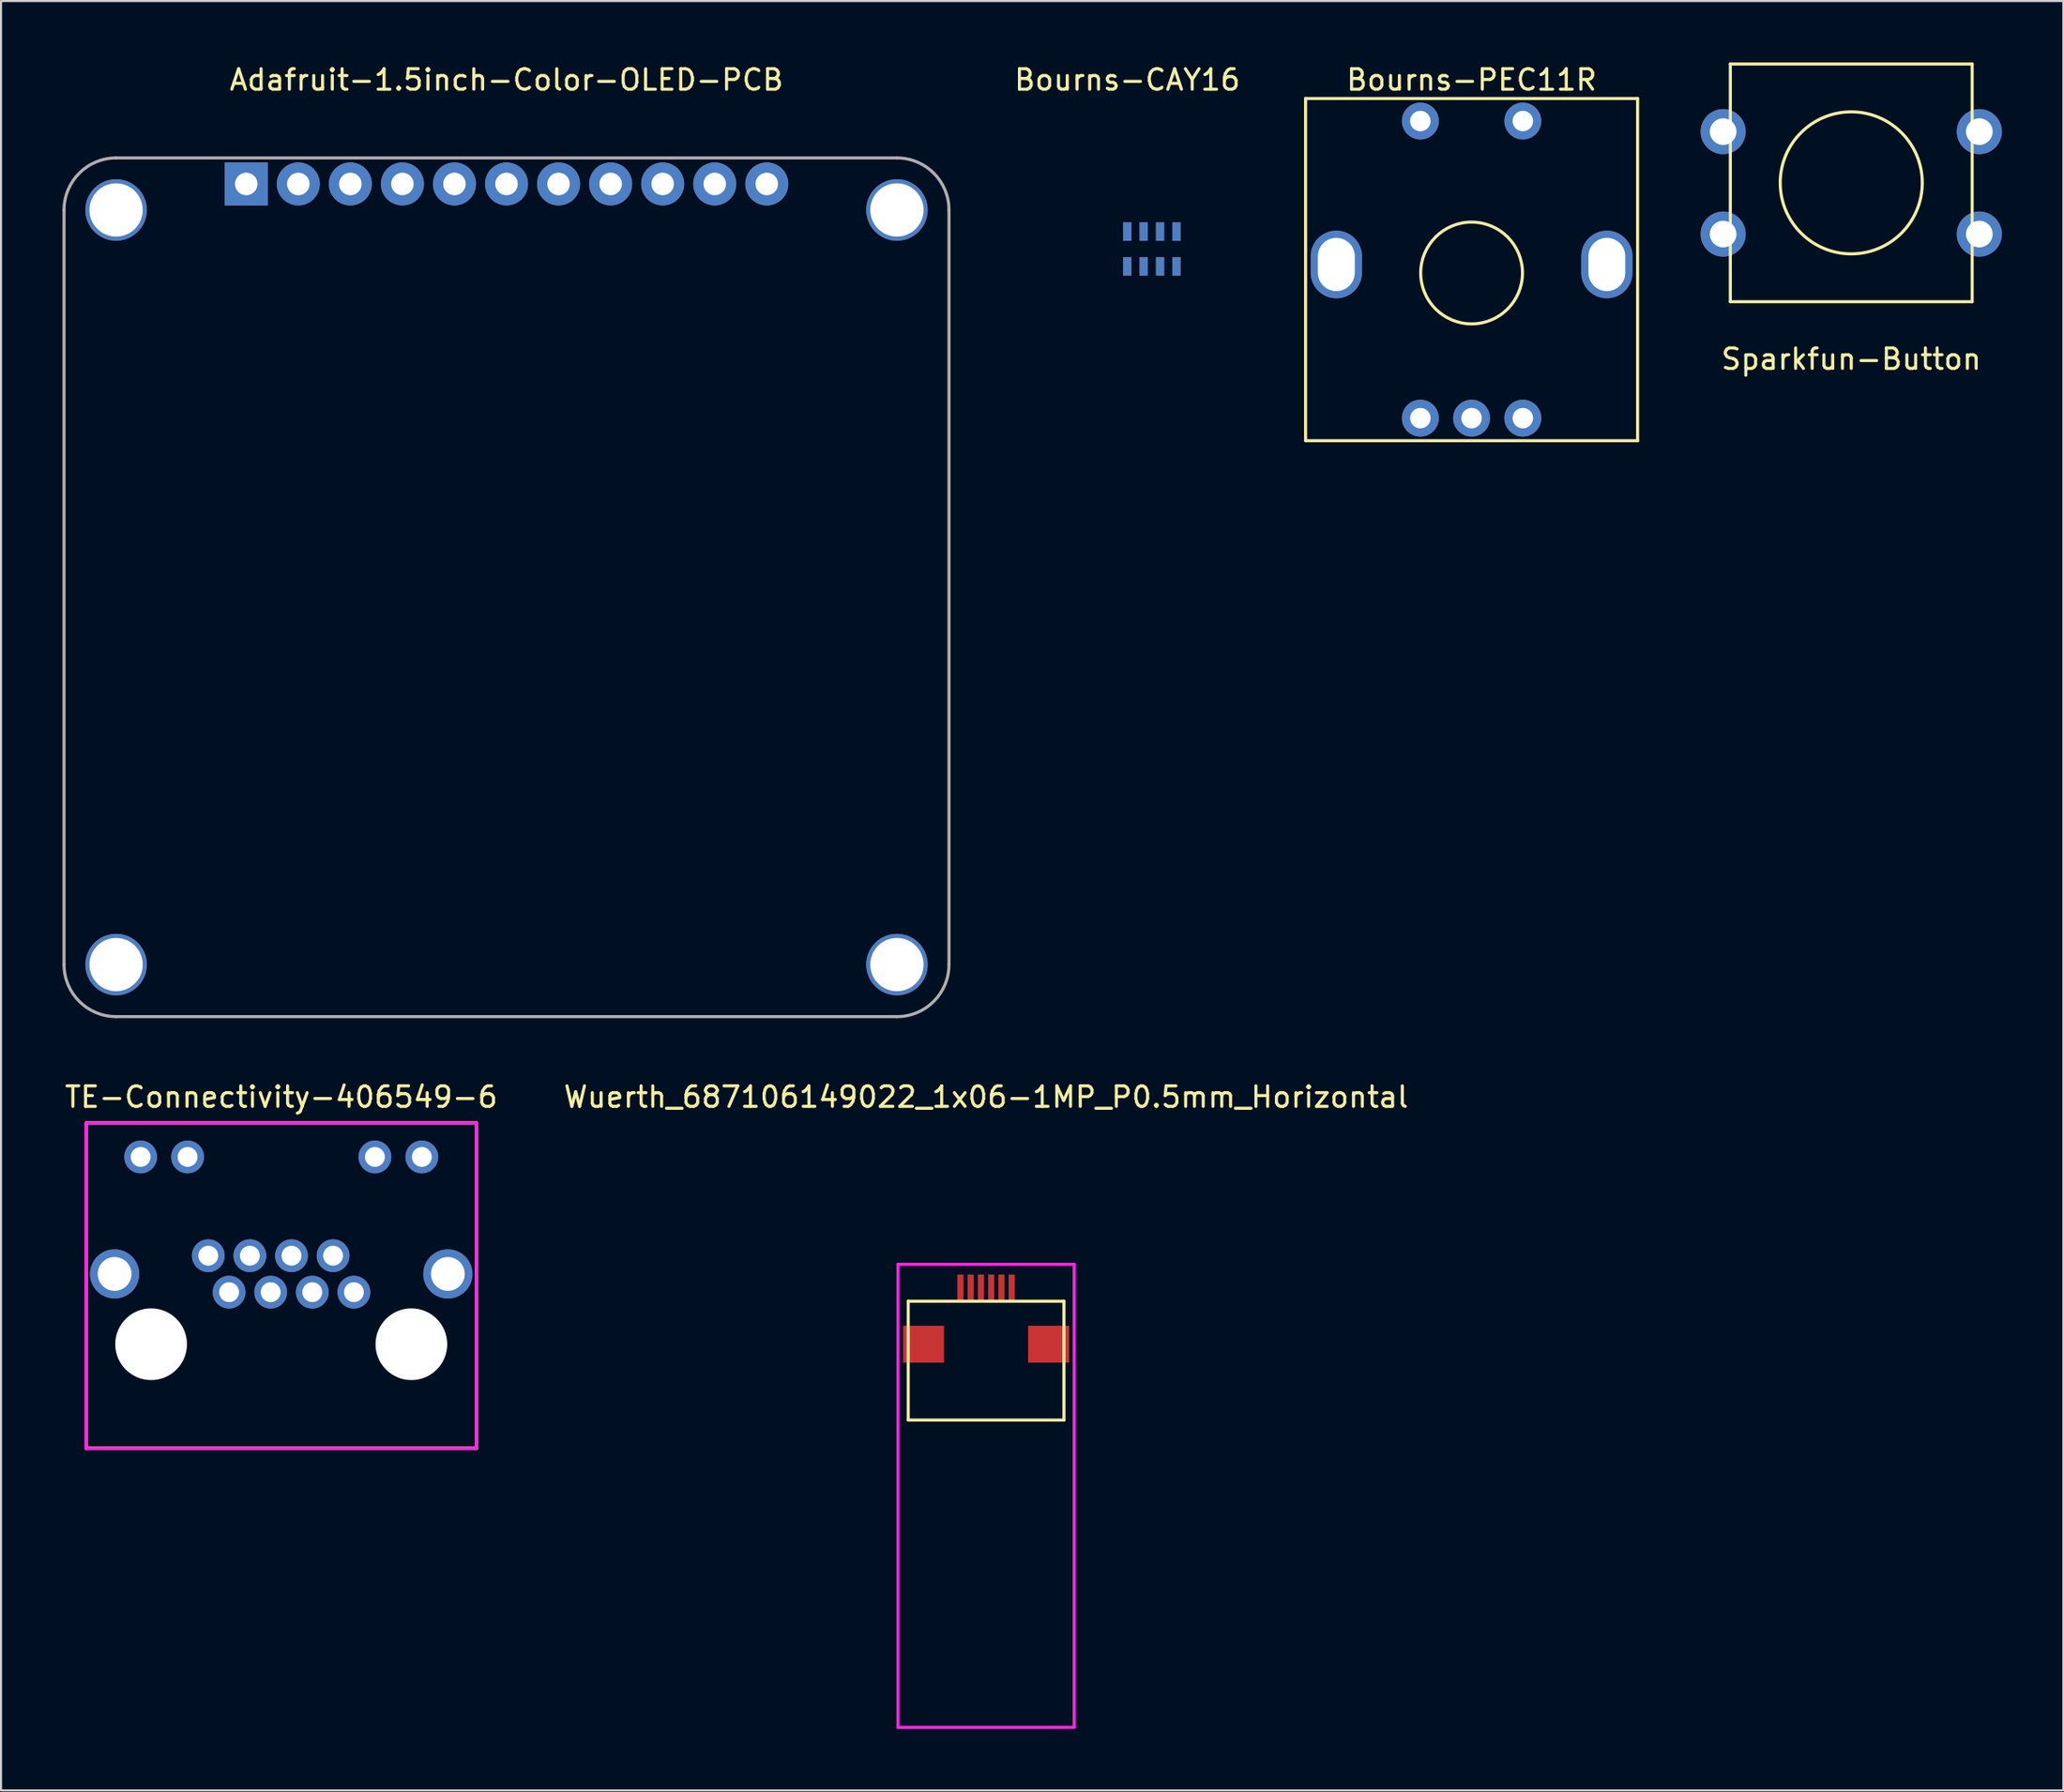
<source format=kicad_pcb>
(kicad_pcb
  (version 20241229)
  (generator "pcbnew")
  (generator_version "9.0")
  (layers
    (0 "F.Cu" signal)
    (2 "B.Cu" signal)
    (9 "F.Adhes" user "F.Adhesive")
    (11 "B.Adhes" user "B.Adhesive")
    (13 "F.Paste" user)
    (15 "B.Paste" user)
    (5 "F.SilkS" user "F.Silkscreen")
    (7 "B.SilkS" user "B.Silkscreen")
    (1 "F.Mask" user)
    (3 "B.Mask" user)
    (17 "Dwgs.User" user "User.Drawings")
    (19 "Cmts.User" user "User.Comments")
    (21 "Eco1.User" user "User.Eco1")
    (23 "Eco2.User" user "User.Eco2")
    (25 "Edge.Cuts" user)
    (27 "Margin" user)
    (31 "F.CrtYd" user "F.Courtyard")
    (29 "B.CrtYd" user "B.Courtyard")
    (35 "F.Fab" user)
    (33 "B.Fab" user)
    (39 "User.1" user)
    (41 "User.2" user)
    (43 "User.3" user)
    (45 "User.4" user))
  (footprint "Adafruit-1.5inch-Color-OLED-PCB"
    (layer "F.Cu")
    (at 21.665 26.248)
    (property "Reference" "Adafruit-1.5inch-Color-OLED-PCB" (at 0 -25.4 0) (layer "F.SilkS") (effects (font (size 1 1) (thickness 0.15))))
    (attr through_hole)
    (fp_line (start -21.59 17.78) (end -21.59 -19.05) (stroke (width 0.15) (type solid)) (layer "F.Fab"))
    (fp_line (start -19.05 -21.59) (end 19.05 -21.59) (stroke (width 0.15) (type solid)) (layer "F.Fab"))
    (fp_line (start 19.05 20.32) (end -19.05 20.32) (stroke (width 0.15) (type solid)) (layer "F.Fab"))
    (fp_line (start 21.59 -19.05) (end 21.59 17.78) (stroke (width 0.15) (type solid)) (layer "F.Fab"))
    (fp_arc (start -21.59 -19.05) (mid -20.846051 -20.846051) (end -19.05 -21.59) (stroke (width 0.15) (type solid)) (layer "F.Fab"))
    (fp_arc (start -19.05 20.32) (mid -20.846051 19.576051) (end -21.59 17.78) (stroke (width 0.15) (type solid)) (layer "F.Fab"))
    (fp_arc (start 19.05 -21.59) (mid 20.846051 -20.846051) (end 21.59 -19.05) (stroke (width 0.15) (type solid)) (layer "F.Fab"))
    (fp_arc (start 21.59 17.78) (mid 20.846051 19.576051) (end 19.05 20.32) (stroke (width 0.15) (type solid)) (layer "F.Fab"))
    (pad "1" thru_hole rect (at -12.7 -20.32) (size 2.1 2.1) (drill 1.1) (layers "*.Cu" "*.Mask"))
    (pad "2" thru_hole circle (at -10.16 -20.32) (size 2.1 2.1) (drill 1.1) (layers "*.Cu" "*.Mask"))
    (pad "3" thru_hole circle (at -7.62 -20.32) (size 2.1 2.1) (drill 1.1) (layers "*.Cu" "*.Mask"))
    (pad "4" thru_hole circle (at -5.08 -20.32) (size 2.1 2.1) (drill 1.1) (layers "*.Cu" "*.Mask"))
    (pad "5" thru_hole circle (at -2.54 -20.32) (size 2.1 2.1) (drill 1.1) (layers "*.Cu" "*.Mask"))
    (pad "6" thru_hole circle (at 0 -20.32) (size 2.1 2.1) (drill 1.1) (layers "*.Cu" "*.Mask"))
    (pad "7" thru_hole circle (at 2.54 -20.32) (size 2.1 2.1) (drill 1.1) (layers "*.Cu" "*.Mask"))
    (pad "8" thru_hole circle (at 5.08 -20.32) (size 2.1 2.1) (drill 1.1) (layers "*.Cu" "*.Mask"))
    (pad "9" thru_hole circle (at 7.62 -20.32) (size 2.1 2.1) (drill 1.1) (layers "*.Cu" "*.Mask"))
    (pad "10" thru_hole circle (at 10.16 -20.32) (size 2.1 2.1) (drill 1.1) (layers "*.Cu" "*.Mask"))
    (pad "11" thru_hole circle (at 12.7 -20.32) (size 2.1 2.1) (drill 1.1) (layers "*.Cu" "*.Mask"))
    (pad "M1" thru_hole circle (at -19.05 -19.05) (size 3 3) (drill 2.6) (layers "*.Cu" "*.Mask"))
    (pad "M2" thru_hole circle (at 19.05 -19.05) (size 3 3) (drill 2.6) (layers "*.Cu" "*.Mask"))
    (pad "M3" thru_hole circle (at 19.05 17.78) (size 3 3) (drill 2.6) (layers "*.Cu" "*.Mask"))
    (pad "M4" thru_hole circle (at -19.05 17.78) (size 3 3) (drill 2.6) (layers "*.Cu" "*.Mask")))
  (footprint "Bourns-CAY16"
    (layer "F.Cu")
    (at 51.955 9.103)
    (property "Reference" "Bourns-CAY16" (at 0 -8.255 0) (layer "F.SilkS") (effects (font (size 1 1) (thickness 0.15))))
    (attr through_hole)
    (pad "1" thru_hole rect (at 0 0.85) (size 0.4 0.9) (layers "*.Cu" "*.Mask"))
    (pad "2" thru_hole rect (at 0.8 0.85) (size 0.4 0.9) (layers "*.Cu" "*.Mask"))
    (pad "3" thru_hole rect (at 1.6 0.85) (size 0.4 0.9) (layers "*.Cu" "*.Mask"))
    (pad "4" thru_hole rect (at 2.4 0.85) (size 0.4 0.9) (layers "*.Cu" "*.Mask"))
    (pad "5" thru_hole rect (at 2.4 -0.85) (size 0.4 0.9) (layers "*.Cu" "*.Mask"))
    (pad "6" thru_hole rect (at 1.6 -0.85) (size 0.4 0.9) (layers "*.Cu" "*.Mask"))
    (pad "7" thru_hole rect (at 0.8 -0.85) (size 0.4 0.9) (layers "*.Cu" "*.Mask"))
    (pad "8" thru_hole rect (at 0 -0.85) (size 0.4 0.9) (layers "*.Cu" "*.Mask")))
  (footprint "Wuerth_687106149022_1x06-1MP_P0.5mm_Horizontal"
    (layer "F.Cu")
    (at 45.065 62.556)
    (property "Reference" "Wuerth_687106149022_1x06-1MP_P0.5mm_Horizontal" (at 0 -12.065 0) (layer "F.SilkS") (effects (font (size 1 1) (thickness 0.15))))
    (attr through_hole)
    (fp_line (start -3.8 -2.1) (end 3.8 -2.1) (stroke (width 0.15) (type solid)) (layer "F.SilkS"))
    (fp_line (start -3.8 3.7) (end -3.8 -2.1) (stroke (width 0.15) (type solid)) (layer "F.SilkS"))
    (fp_line (start 3.8 -2.1) (end 3.8 3.7) (stroke (width 0.15) (type solid)) (layer "F.SilkS"))
    (fp_line (start 3.8 3.7) (end -3.8 3.7) (stroke (width 0.15) (type solid)) (layer "F.SilkS"))
    (fp_line (start -4.3 -3.9) (end 4.3 -3.9) (stroke (width 0.15) (type solid)) (layer "F.CrtYd"))
    (fp_line (start -4.3 18.7) (end -4.3 -3.9) (stroke (width 0.15) (type solid)) (layer "F.CrtYd"))
    (fp_line (start 4.3 -3.9) (end 4.3 18.7) (stroke (width 0.15) (type solid)) (layer "F.CrtYd"))
    (fp_line (start 4.3 18.7) (end -4.3 18.7) (stroke (width 0.15) (type solid)) (layer "F.CrtYd"))
    (pad "1" smd rect (at -1.25 -2.75) (size 0.3 1.3) (layers "F.Cu" "F.Mask"))
    (pad "2" smd rect (at -0.75 -2.75) (size 0.3 1.3) (layers "F.Cu" "F.Mask"))
    (pad "3" smd rect (at -0.25 -2.75) (size 0.3 1.3) (layers "F.Cu" "F.Mask"))
    (pad "4" smd rect (at 0.25 -2.75) (size 0.3 1.3) (layers "F.Cu" "F.Mask"))
    (pad "5" smd rect (at 0.75 -2.75) (size 0.3 1.3) (layers "F.Cu" "F.Mask"))
    (pad "6" smd rect (at 1.25 -2.75) (size 0.3 1.3) (layers "F.Cu" "F.Mask"))
    (pad "MP" smd rect (at -3.05 0) (size 2 1.8) (layers "F.Cu" "F.Mask"))
    (pad "MP" smd rect (at 3.05 0) (size 2 1.8) (layers "F.Cu" "F.Mask")))
  (footprint "Sparkfun-Button"
    (layer "F.Cu")
    (at 87.28 5.875)
    (property "Reference" "Sparkfun-Button" (at 0 8.6 0) (layer "F.SilkS") (effects (font (size 1 1) (thickness 0.15))))
    (attr through_hole)
    (fp_line (start -5.9 -5.8) (end -5.9 5.8) (stroke (width 0.15) (type solid)) (layer "F.SilkS"))
    (fp_line (start -5.9 5.8) (end 5.9 5.8) (stroke (width 0.15) (type solid)) (layer "F.SilkS"))
    (fp_line (start 5.9 -5.8) (end -5.9 -5.8) (stroke (width 0.15) (type solid)) (layer "F.SilkS"))
    (fp_line (start 5.9 5.8) (end 5.9 -5.8) (stroke (width 0.15) (type solid)) (layer "F.SilkS"))
    (fp_circle (center 0 0) (end 2.5 2.4) (stroke (width 0.15) (type solid)) (fill no) (layer "F.SilkS"))
    (pad "1" thru_hole circle (at -6.25 2.5) (size 2.2 2.2) (drill 1.3) (layers "*.Cu" "*.Mask"))
    (pad "2" thru_hole circle (at 6.25 2.5) (size 2.2 2.2) (drill 1.3) (layers "*.Cu" "*.Mask"))
    (pad "3" thru_hole circle (at 6.25 -2.5) (size 2.2 2.2) (drill 1.3) (layers "*.Cu" "*.Mask"))
    (pad "4" thru_hole circle (at -6.25 -2.5) (size 2.2 2.2) (drill 1.3) (layers "*.Cu" "*.Mask")))
  (footprint "TE-Connectivity-406549-6"
    (layer "F.Cu")
    (at 10.673 62.556)
    (property "Reference" "TE-Connectivity-406549-6" (at 0 -12.065 0) (layer "F.SilkS") (effects (font (size 1 1) (thickness 0.15))))
    (attr through_hole)
    (fp_line (start -9.525 -10.795) (end -9.525 5.08) (stroke (width 0.15) (type solid)) (layer "F.SilkS"))
    (fp_line (start -9.525 5.08) (end 9.525 5.08) (stroke (width 0.15) (type solid)) (layer "F.SilkS"))
    (fp_line (start 9.525 -10.795) (end -9.525 -10.795) (stroke (width 0.15) (type solid)) (layer "F.SilkS"))
    (fp_line (start 9.525 5.08) (end 9.525 -10.795) (stroke (width 0.15) (type solid)) (layer "F.SilkS"))
    (fp_line (start -9.525 -10.795) (end -9.525 5.08) (stroke (width 0.15) (type solid)) (layer "B.SilkS"))
    (fp_line (start -9.525 5.08) (end 9.525 5.08) (stroke (width 0.15) (type solid)) (layer "B.SilkS"))
    (fp_line (start 9.525 -10.795) (end -9.525 -10.795) (stroke (width 0.15) (type solid)) (layer "B.SilkS"))
    (fp_line (start 9.525 5.08) (end 9.525 -10.795) (stroke (width 0.15) (type solid)) (layer "B.SilkS"))
    (fp_line (start -9.525 -10.795) (end -9.525 5.08) (stroke (width 0.15) (type solid)) (layer "F.CrtYd"))
    (fp_line (start -9.525 5.08) (end 9.525 5.08) (stroke (width 0.15) (type solid)) (layer "F.CrtYd"))
    (fp_line (start 9.525 -10.795) (end -9.525 -10.795) (stroke (width 0.15) (type solid)) (layer "F.CrtYd"))
    (fp_line (start 9.525 5.08) (end 9.525 -10.795) (stroke (width 0.15) (type solid)) (layer "F.CrtYd"))
    (pad "" np_thru_hole circle (at -6.35 0) (size 3.5 3.5) (drill 3.5) (layers "*.Cu" "*.Mask"))
    (pad "" np_thru_hole circle (at 6.35 0) (size 3.5 3.5) (drill 3.5) (layers "*.Cu" "*.Mask"))
    (pad "1" thru_hole circle (at 3.545 -2.54) (size 1.6 1.6) (drill 0.97) (layers "*.Cu" "*.Mask"))
    (pad "2" thru_hole circle (at 2.53 -4.32) (size 1.6 1.6) (drill 0.97) (layers "*.Cu" "*.Mask"))
    (pad "3" thru_hole circle (at 1.515 -2.54) (size 1.6 1.6) (drill 0.97) (layers "*.Cu" "*.Mask"))
    (pad "4" thru_hole circle (at 0.5 -4.32) (size 1.6 1.6) (drill 0.97) (layers "*.Cu" "*.Mask"))
    (pad "5" thru_hole circle (at -0.515 -2.54) (size 1.6 1.6) (drill 0.97) (layers "*.Cu" "*.Mask"))
    (pad "6" thru_hole circle (at -1.53 -4.32) (size 1.6 1.6) (drill 0.97) (layers "*.Cu" "*.Mask"))
    (pad "7" thru_hole circle (at -2.545 -2.54) (size 1.6 1.6) (drill 0.97) (layers "*.Cu" "*.Mask"))
    (pad "8" thru_hole circle (at -3.56 -4.32) (size 1.6 1.6) (drill 0.97) (layers "*.Cu" "*.Mask"))
    (pad "9" thru_hole circle (at 6.86 -9.14) (size 1.6 1.6) (drill 0.97) (layers "*.Cu" "*.Mask"))
    (pad "10" thru_hole circle (at 4.57 -9.14) (size 1.6 1.6) (drill 0.97) (layers "*.Cu" "*.Mask"))
    (pad "11" thru_hole circle (at -4.57 -9.14) (size 1.6 1.6) (drill 0.97) (layers "*.Cu" "*.Mask"))
    (pad "12" thru_hole circle (at -6.86 -9.14) (size 1.6 1.6) (drill 0.97) (layers "*.Cu" "*.Mask"))
    (pad "SH1" thru_hole circle (at 8.13 -3.43) (size 2.4 2.4) (drill 1.65) (layers "*.Cu" "*.Mask"))
    (pad "SH2" thru_hole circle (at -8.13 -3.43) (size 2.4 2.4) (drill 1.65) (layers "*.Cu" "*.Mask")))
  (footprint "Bourns-PEC11R"
    (layer "F.Cu")
    (at 68.755 17.358)
    (property "Reference" "Bourns-PEC11R" (at 0 -16.51 0) (layer "F.SilkS") (effects (font (size 1 1) (thickness 0.15))))
    (attr through_hole)
    (fp_line (start -8.1 -15.6) (end -8.1 1.1) (stroke (width 0.15) (type solid)) (layer "F.SilkS"))
    (fp_line (start -8.1 1.1) (end 8.1 1.1) (stroke (width 0.15) (type solid)) (layer "F.SilkS"))
    (fp_line (start 8.1 -15.6) (end -8.1 -15.6) (stroke (width 0.15) (type solid)) (layer "F.SilkS"))
    (fp_line (start 8.1 1.1) (end 8.1 -15.6) (stroke (width 0.15) (type solid)) (layer "F.SilkS"))
    (fp_circle (center 0 -7.084) (end 1.6 -5.184) (stroke (width 0.15) (type solid)) (fill no) (layer "F.SilkS"))
    (pad "A" thru_hole circle (at -2.5 0) (size 1.8 1.8) (drill 1) (layers "*.Cu" "*.Mask"))
    (pad "B" thru_hole circle (at 2.5 0) (size 1.8 1.8) (drill 1) (layers "*.Cu" "*.Mask"))
    (pad "C" thru_hole circle (at 0 0) (size 1.8 1.8) (drill 1) (layers "*.Cu" "*.Mask"))
    (pad "S1" thru_hole circle (at -2.5 -14.5) (size 1.8 1.8) (drill 1) (layers "*.Cu" "*.Mask"))
    (pad "S2" thru_hole circle (at 2.5 -14.5) (size 1.8 1.8) (drill 1) (layers "*.Cu" "*.Mask"))
    (pad "SH1" thru_hole oval (at -6.6 -7.5) (size 2.5 3.3) (drill oval 1.8 2.6) (layers "*.Cu" "*.Mask"))
    (pad "SH2" thru_hole oval (at 6.6 -7.5) (size 2.5 3.3) (drill oval 1.8 2.6) (layers "*.Cu" "*.Mask")))
  (gr_rect
    (start -3 -3)
    (end 97.63 84.332)
    (stroke (width 0.1) (type default))
    (fill no)
    (layer "Edge.Cuts")))
</source>
